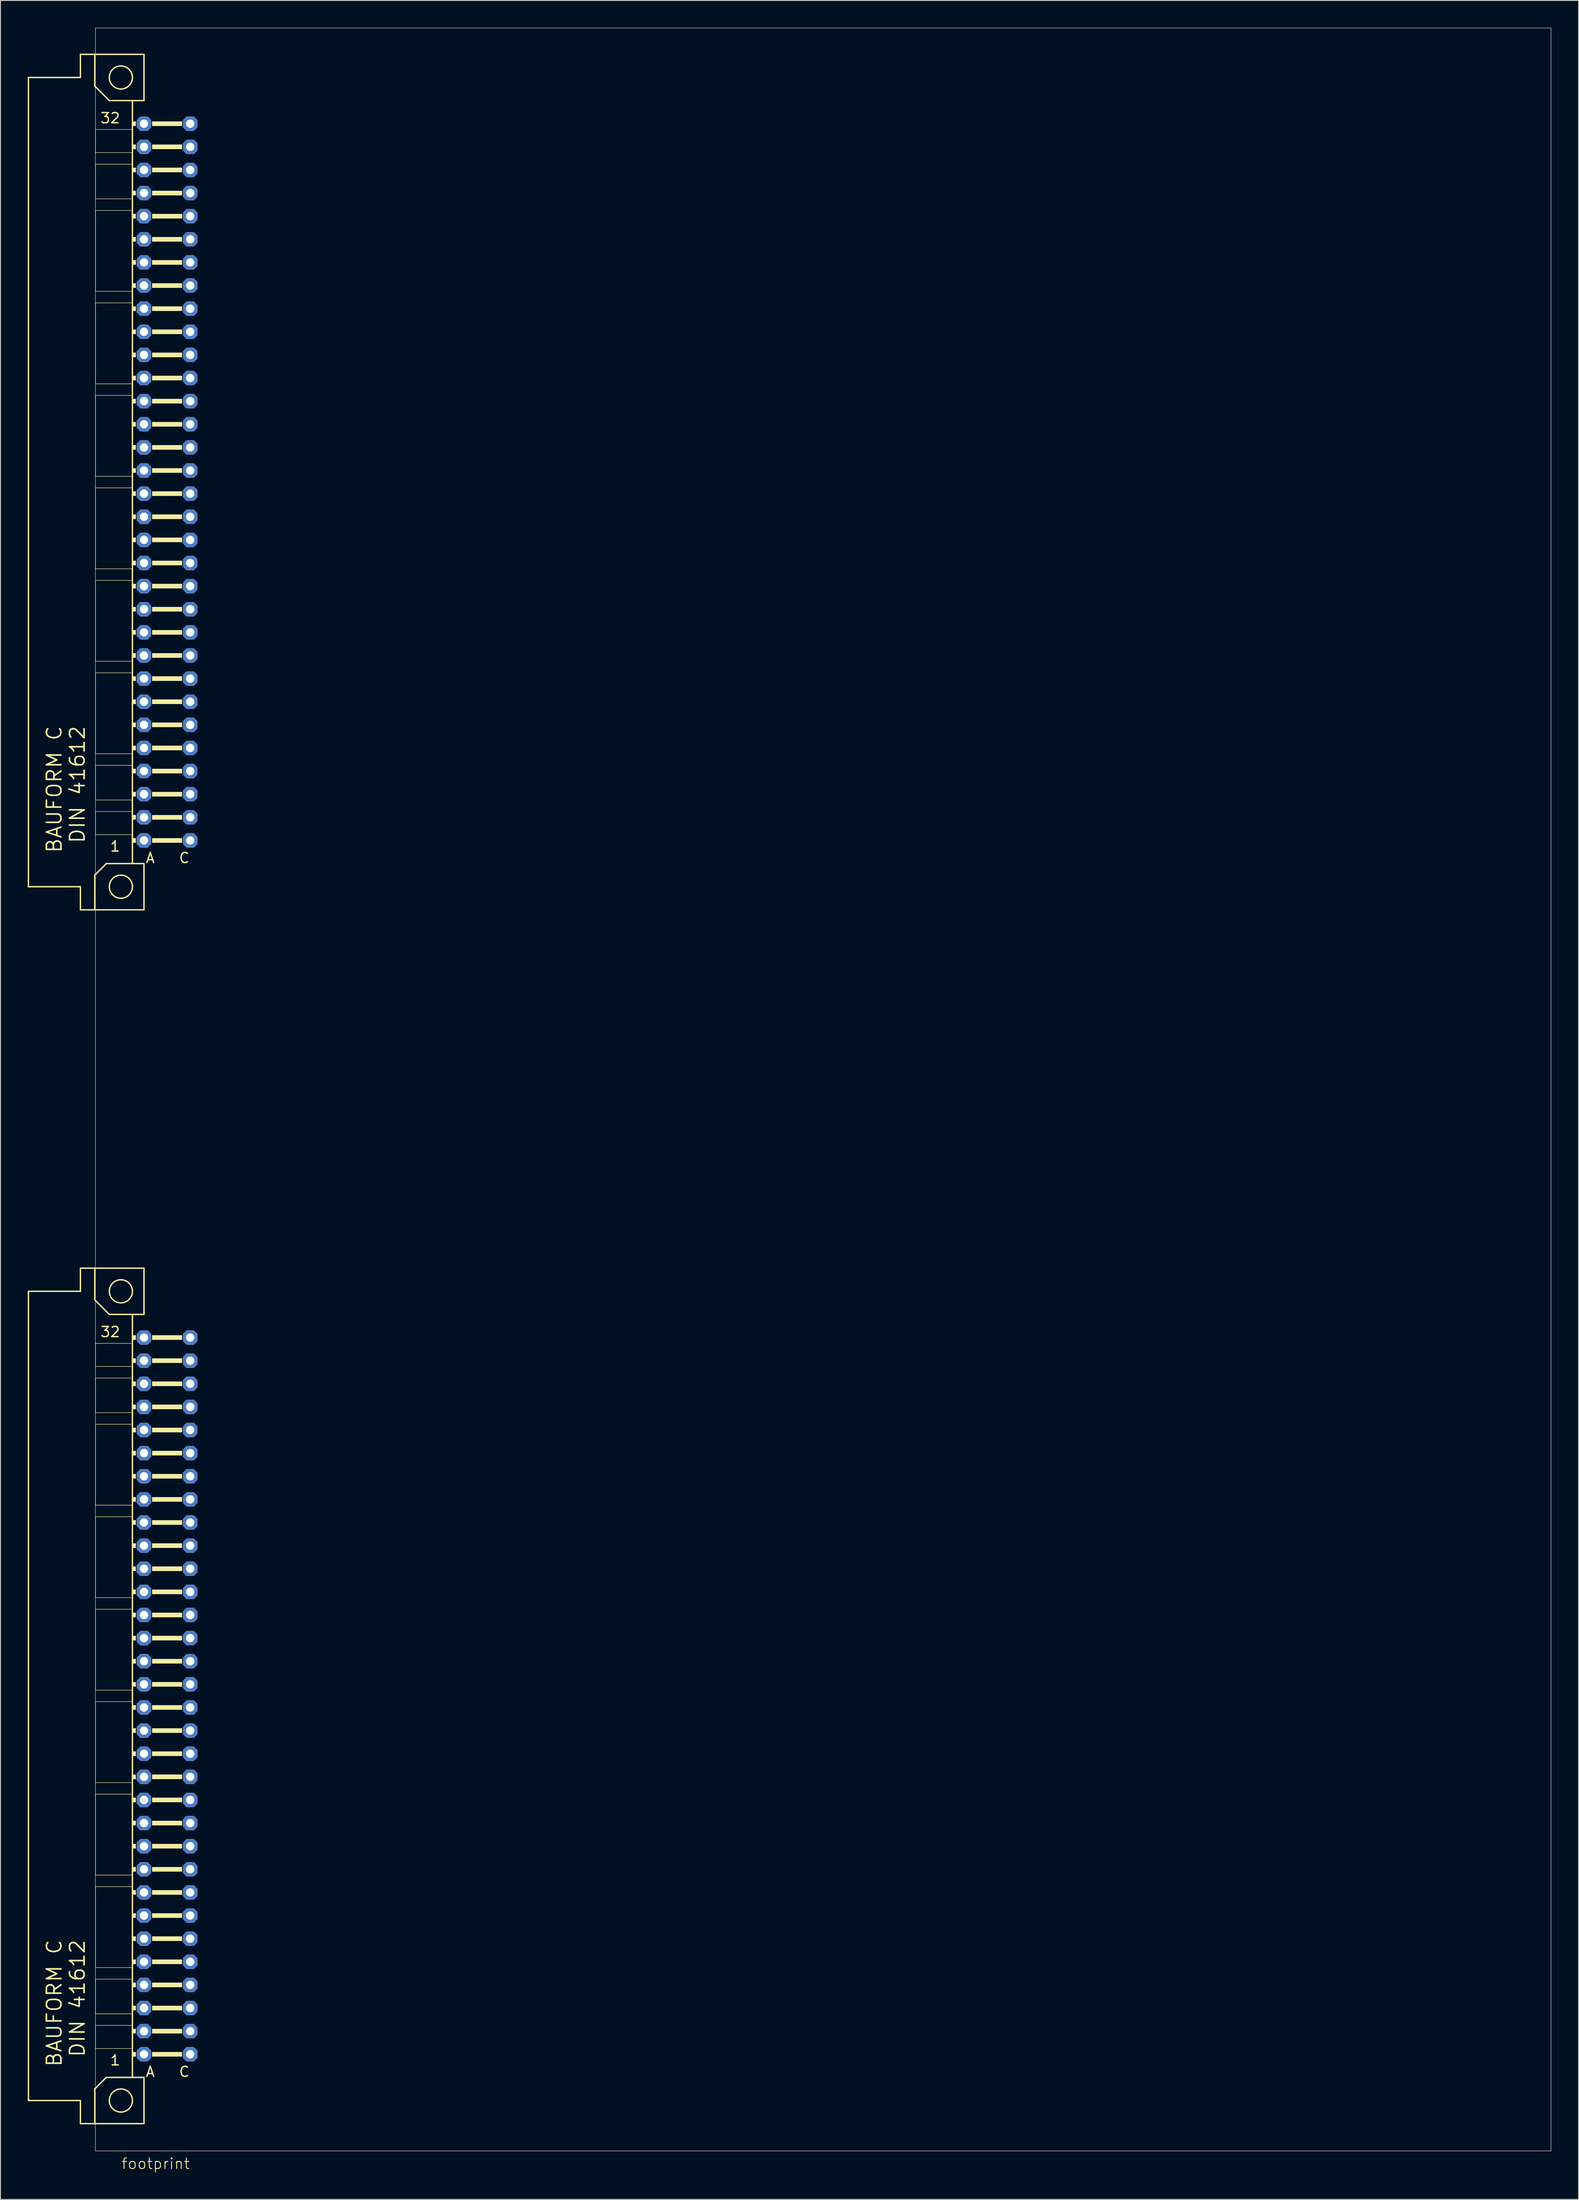
<source format=kicad_pcb>
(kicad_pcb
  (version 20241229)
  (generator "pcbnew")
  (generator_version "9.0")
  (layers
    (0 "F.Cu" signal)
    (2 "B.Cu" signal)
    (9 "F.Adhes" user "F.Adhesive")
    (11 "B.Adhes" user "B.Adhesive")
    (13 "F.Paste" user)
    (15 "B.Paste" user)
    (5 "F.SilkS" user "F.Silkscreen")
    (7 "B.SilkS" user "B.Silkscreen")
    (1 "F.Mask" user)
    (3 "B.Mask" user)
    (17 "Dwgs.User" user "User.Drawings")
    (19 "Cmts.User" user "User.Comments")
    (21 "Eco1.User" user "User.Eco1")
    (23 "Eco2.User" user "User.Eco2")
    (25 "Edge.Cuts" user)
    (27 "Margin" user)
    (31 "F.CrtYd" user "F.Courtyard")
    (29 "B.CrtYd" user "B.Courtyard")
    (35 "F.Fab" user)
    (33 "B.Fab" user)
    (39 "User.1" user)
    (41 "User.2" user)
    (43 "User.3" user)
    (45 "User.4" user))
  (footprint "footprint"
    (layer "F.Cu")
    (at 7.696 234.061)
    (property "Reference" "footprint" (at 2.54 1.27 0) (layer "F.SilkS") (effects (font (size 1.168 1.168) (thickness 0.102)) (justify left bottom)))
    (fp_line (start -7.62 -228.6) (end -7.62 -139.7) (stroke (width 0.152) (type solid)) (layer "F.SilkS"))
    (fp_line (start -7.62 -139.7) (end -1.905 -139.7) (stroke (width 0.152) (type solid)) (layer "F.SilkS"))
    (fp_line (start -7.62 -95.25) (end -7.62 -6.35) (stroke (width 0.152) (type solid)) (layer "F.SilkS"))
    (fp_line (start -7.62 -6.35) (end -1.905 -6.35) (stroke (width 0.152) (type solid)) (layer "F.SilkS"))
    (fp_line (start -1.905 -231.14) (end -1.905 -228.6) (stroke (width 0.152) (type solid)) (layer "F.SilkS"))
    (fp_line (start -1.905 -228.6) (end -7.62 -228.6) (stroke (width 0.152) (type solid)) (layer "F.SilkS"))
    (fp_line (start -1.905 -139.7) (end -1.905 -137.16) (stroke (width 0.152) (type solid)) (layer "F.SilkS"))
    (fp_line (start -1.905 -137.16) (end -0.33 -137.16) (stroke (width 0.152) (type solid)) (layer "F.SilkS"))
    (fp_line (start -1.905 -97.79) (end -1.905 -95.25) (stroke (width 0.152) (type solid)) (layer "F.SilkS"))
    (fp_line (start -1.905 -95.25) (end -7.62 -95.25) (stroke (width 0.152) (type solid)) (layer "F.SilkS"))
    (fp_line (start -1.905 -6.35) (end -1.905 -3.81) (stroke (width 0.152) (type solid)) (layer "F.SilkS"))
    (fp_line (start -1.905 -3.81) (end -0.33 -3.81) (stroke (width 0.152) (type solid)) (layer "F.SilkS"))
    (fp_line (start -0.33 -231.14) (end -1.905 -231.14) (stroke (width 0.152) (type solid)) (layer "F.SilkS"))
    (fp_line (start -0.33 -227.66) (end -0.33 -231.14) (stroke (width 0.152) (type solid)) (layer "F.SilkS"))
    (fp_line (start -0.33 -227.66) (end 1.27 -226.06) (stroke (width 0.152) (type solid)) (layer "F.SilkS"))
    (fp_line (start -0.33 -140.97) (end -0.33 -137.16) (stroke (width 0.152) (type solid)) (layer "F.SilkS"))
    (fp_line (start -0.33 -137.16) (end 5.08 -137.16) (stroke (width 0.152) (type solid)) (layer "F.SilkS"))
    (fp_line (start -0.33 -97.79) (end -1.905 -97.79) (stroke (width 0.152) (type solid)) (layer "F.SilkS"))
    (fp_line (start -0.33 -94.31) (end -0.33 -97.79) (stroke (width 0.152) (type solid)) (layer "F.SilkS"))
    (fp_line (start -0.33 -94.31) (end 1.27 -92.71) (stroke (width 0.152) (type solid)) (layer "F.SilkS"))
    (fp_line (start -0.33 -7.62) (end -0.33 -3.81) (stroke (width 0.152) (type solid)) (layer "F.SilkS"))
    (fp_line (start -0.33 -3.81) (end 5.08 -3.81) (stroke (width 0.152) (type solid)) (layer "F.SilkS"))
    (fp_line (start -0.254 -222.885) (end 3.81 -222.885) (stroke (width 0.051) (type solid)) (layer "F.SilkS"))
    (fp_line (start -0.254 -220.345) (end -0.254 -222.885) (stroke (width 0.051) (type solid)) (layer "F.SilkS"))
    (fp_line (start -0.254 -220.345) (end 3.81 -220.345) (stroke (width 0.051) (type solid)) (layer "F.SilkS"))
    (fp_line (start -0.254 -219.075) (end 3.81 -219.075) (stroke (width 0.051) (type solid)) (layer "F.SilkS"))
    (fp_line (start -0.254 -215.265) (end -0.254 -219.075) (stroke (width 0.051) (type solid)) (layer "F.SilkS"))
    (fp_line (start -0.254 -215.265) (end 3.81 -215.265) (stroke (width 0.051) (type solid)) (layer "F.SilkS"))
    (fp_line (start -0.254 -213.995) (end 3.81 -213.995) (stroke (width 0.051) (type solid)) (layer "F.SilkS"))
    (fp_line (start -0.254 -205.105) (end -0.254 -213.995) (stroke (width 0.051) (type solid)) (layer "F.SilkS"))
    (fp_line (start -0.254 -205.105) (end 3.81 -205.105) (stroke (width 0.051) (type solid)) (layer "F.SilkS"))
    (fp_line (start -0.254 -203.835) (end 3.81 -203.835) (stroke (width 0.051) (type solid)) (layer "F.SilkS"))
    (fp_line (start -0.254 -194.945) (end -0.254 -203.835) (stroke (width 0.051) (type solid)) (layer "F.SilkS"))
    (fp_line (start -0.254 -194.945) (end 3.81 -194.945) (stroke (width 0.051) (type solid)) (layer "F.SilkS"))
    (fp_line (start -0.254 -193.675) (end 3.81 -193.675) (stroke (width 0.051) (type solid)) (layer "F.SilkS"))
    (fp_line (start -0.254 -184.785) (end -0.254 -193.675) (stroke (width 0.051) (type solid)) (layer "F.SilkS"))
    (fp_line (start -0.254 -184.785) (end 3.81 -184.785) (stroke (width 0.051) (type solid)) (layer "F.SilkS"))
    (fp_line (start -0.254 -183.515) (end 3.81 -183.515) (stroke (width 0.051) (type solid)) (layer "F.SilkS"))
    (fp_line (start -0.254 -174.625) (end -0.254 -183.515) (stroke (width 0.051) (type solid)) (layer "F.SilkS"))
    (fp_line (start -0.254 -174.625) (end 3.81 -174.625) (stroke (width 0.051) (type solid)) (layer "F.SilkS"))
    (fp_line (start -0.254 -173.355) (end 3.81 -173.355) (stroke (width 0.051) (type solid)) (layer "F.SilkS"))
    (fp_line (start -0.254 -164.465) (end -0.254 -173.355) (stroke (width 0.051) (type solid)) (layer "F.SilkS"))
    (fp_line (start -0.254 -164.465) (end 3.81 -164.465) (stroke (width 0.051) (type solid)) (layer "F.SilkS"))
    (fp_line (start -0.254 -163.195) (end 3.81 -163.195) (stroke (width 0.051) (type solid)) (layer "F.SilkS"))
    (fp_line (start -0.254 -154.305) (end -0.254 -163.195) (stroke (width 0.051) (type solid)) (layer "F.SilkS"))
    (fp_line (start -0.254 -154.305) (end 3.81 -154.305) (stroke (width 0.051) (type solid)) (layer "F.SilkS"))
    (fp_line (start -0.254 -153.035) (end 3.81 -153.035) (stroke (width 0.051) (type solid)) (layer "F.SilkS"))
    (fp_line (start -0.254 -149.225) (end -0.254 -153.035) (stroke (width 0.051) (type solid)) (layer "F.SilkS"))
    (fp_line (start -0.254 -149.225) (end 3.81 -149.225) (stroke (width 0.051) (type solid)) (layer "F.SilkS"))
    (fp_line (start -0.254 -147.955) (end 3.81 -147.955) (stroke (width 0.051) (type solid)) (layer "F.SilkS"))
    (fp_line (start -0.254 -145.415) (end -0.254 -147.955) (stroke (width 0.051) (type solid)) (layer "F.SilkS"))
    (fp_line (start -0.254 -145.415) (end 3.81 -145.415) (stroke (width 0.051) (type solid)) (layer "F.SilkS"))
    (fp_line (start -0.254 -89.535) (end 3.81 -89.535) (stroke (width 0.051) (type solid)) (layer "F.SilkS"))
    (fp_line (start -0.254 -86.995) (end -0.254 -89.535) (stroke (width 0.051) (type solid)) (layer "F.SilkS"))
    (fp_line (start -0.254 -86.995) (end 3.81 -86.995) (stroke (width 0.051) (type solid)) (layer "F.SilkS"))
    (fp_line (start -0.254 -85.725) (end 3.81 -85.725) (stroke (width 0.051) (type solid)) (layer "F.SilkS"))
    (fp_line (start -0.254 -81.915) (end -0.254 -85.725) (stroke (width 0.051) (type solid)) (layer "F.SilkS"))
    (fp_line (start -0.254 -81.915) (end 3.81 -81.915) (stroke (width 0.051) (type solid)) (layer "F.SilkS"))
    (fp_line (start -0.254 -80.645) (end 3.81 -80.645) (stroke (width 0.051) (type solid)) (layer "F.SilkS"))
    (fp_line (start -0.254 -71.755) (end -0.254 -80.645) (stroke (width 0.051) (type solid)) (layer "F.SilkS"))
    (fp_line (start -0.254 -71.755) (end 3.81 -71.755) (stroke (width 0.051) (type solid)) (layer "F.SilkS"))
    (fp_line (start -0.254 -70.485) (end 3.81 -70.485) (stroke (width 0.051) (type solid)) (layer "F.SilkS"))
    (fp_line (start -0.254 -61.595) (end -0.254 -70.485) (stroke (width 0.051) (type solid)) (layer "F.SilkS"))
    (fp_line (start -0.254 -61.595) (end 3.81 -61.595) (stroke (width 0.051) (type solid)) (layer "F.SilkS"))
    (fp_line (start -0.254 -60.325) (end 3.81 -60.325) (stroke (width 0.051) (type solid)) (layer "F.SilkS"))
    (fp_line (start -0.254 -51.435) (end -0.254 -60.325) (stroke (width 0.051) (type solid)) (layer "F.SilkS"))
    (fp_line (start -0.254 -51.435) (end 3.81 -51.435) (stroke (width 0.051) (type solid)) (layer "F.SilkS"))
    (fp_line (start -0.254 -50.165) (end 3.81 -50.165) (stroke (width 0.051) (type solid)) (layer "F.SilkS"))
    (fp_line (start -0.254 -41.275) (end -0.254 -50.165) (stroke (width 0.051) (type solid)) (layer "F.SilkS"))
    (fp_line (start -0.254 -41.275) (end 3.81 -41.275) (stroke (width 0.051) (type solid)) (layer "F.SilkS"))
    (fp_line (start -0.254 -40.005) (end 3.81 -40.005) (stroke (width 0.051) (type solid)) (layer "F.SilkS"))
    (fp_line (start -0.254 -31.115) (end -0.254 -40.005) (stroke (width 0.051) (type solid)) (layer "F.SilkS"))
    (fp_line (start -0.254 -31.115) (end 3.81 -31.115) (stroke (width 0.051) (type solid)) (layer "F.SilkS"))
    (fp_line (start -0.254 -29.845) (end 3.81 -29.845) (stroke (width 0.051) (type solid)) (layer "F.SilkS"))
    (fp_line (start -0.254 -20.955) (end -0.254 -29.845) (stroke (width 0.051) (type solid)) (layer "F.SilkS"))
    (fp_line (start -0.254 -20.955) (end 3.81 -20.955) (stroke (width 0.051) (type solid)) (layer "F.SilkS"))
    (fp_line (start -0.254 -19.685) (end 3.81 -19.685) (stroke (width 0.051) (type solid)) (layer "F.SilkS"))
    (fp_line (start -0.254 -15.875) (end -0.254 -19.685) (stroke (width 0.051) (type solid)) (layer "F.SilkS"))
    (fp_line (start -0.254 -15.875) (end 3.81 -15.875) (stroke (width 0.051) (type solid)) (layer "F.SilkS"))
    (fp_line (start -0.254 -14.605) (end 3.81 -14.605) (stroke (width 0.051) (type solid)) (layer "F.SilkS"))
    (fp_line (start -0.254 -12.065) (end -0.254 -14.605) (stroke (width 0.051) (type solid)) (layer "F.SilkS"))
    (fp_line (start -0.254 -12.065) (end 3.81 -12.065) (stroke (width 0.051) (type solid)) (layer "F.SilkS"))
    (fp_line (start 0.94 -142.24) (end -0.33 -140.97) (stroke (width 0.152) (type solid)) (layer "F.SilkS"))
    (fp_line (start 0.94 -8.89) (end -0.33 -7.62) (stroke (width 0.152) (type solid)) (layer "F.SilkS"))
    (fp_line (start 3.81 -226.06) (end 1.27 -226.06) (stroke (width 0.152) (type solid)) (layer "F.SilkS"))
    (fp_line (start 3.81 -222.885) (end 3.81 -226.06) (stroke (width 0.152) (type solid)) (layer "F.SilkS"))
    (fp_line (start 3.81 -220.345) (end 3.81 -222.885) (stroke (width 0.152) (type solid)) (layer "F.SilkS"))
    (fp_line (start 3.81 -219.075) (end 3.81 -220.345) (stroke (width 0.152) (type solid)) (layer "F.SilkS"))
    (fp_line (start 3.81 -215.265) (end 3.81 -219.075) (stroke (width 0.152) (type solid)) (layer "F.SilkS"))
    (fp_line (start 3.81 -213.995) (end 3.81 -215.265) (stroke (width 0.152) (type solid)) (layer "F.SilkS"))
    (fp_line (start 3.81 -205.105) (end 3.81 -213.995) (stroke (width 0.152) (type solid)) (layer "F.SilkS"))
    (fp_line (start 3.81 -203.835) (end 3.81 -205.105) (stroke (width 0.152) (type solid)) (layer "F.SilkS"))
    (fp_line (start 3.81 -194.945) (end 3.81 -203.835) (stroke (width 0.152) (type solid)) (layer "F.SilkS"))
    (fp_line (start 3.81 -193.675) (end 3.81 -194.945) (stroke (width 0.152) (type solid)) (layer "F.SilkS"))
    (fp_line (start 3.81 -184.785) (end 3.81 -193.675) (stroke (width 0.152) (type solid)) (layer "F.SilkS"))
    (fp_line (start 3.81 -183.515) (end 3.81 -184.785) (stroke (width 0.152) (type solid)) (layer "F.SilkS"))
    (fp_line (start 3.81 -174.625) (end 3.81 -183.515) (stroke (width 0.152) (type solid)) (layer "F.SilkS"))
    (fp_line (start 3.81 -173.355) (end 3.81 -174.625) (stroke (width 0.152) (type solid)) (layer "F.SilkS"))
    (fp_line (start 3.81 -164.465) (end 3.81 -173.355) (stroke (width 0.152) (type solid)) (layer "F.SilkS"))
    (fp_line (start 3.81 -163.195) (end 3.81 -164.465) (stroke (width 0.152) (type solid)) (layer "F.SilkS"))
    (fp_line (start 3.81 -154.305) (end 3.81 -163.195) (stroke (width 0.152) (type solid)) (layer "F.SilkS"))
    (fp_line (start 3.81 -153.035) (end 3.81 -154.305) (stroke (width 0.152) (type solid)) (layer "F.SilkS"))
    (fp_line (start 3.81 -149.225) (end 3.81 -153.035) (stroke (width 0.152) (type solid)) (layer "F.SilkS"))
    (fp_line (start 3.81 -147.955) (end 3.81 -149.225) (stroke (width 0.152) (type solid)) (layer "F.SilkS"))
    (fp_line (start 3.81 -145.415) (end 3.81 -147.955) (stroke (width 0.152) (type solid)) (layer "F.SilkS"))
    (fp_line (start 3.81 -142.24) (end 0.94 -142.24) (stroke (width 0.152) (type solid)) (layer "F.SilkS"))
    (fp_line (start 3.81 -142.24) (end 3.81 -145.415) (stroke (width 0.152) (type solid)) (layer "F.SilkS"))
    (fp_line (start 3.81 -92.71) (end 1.27 -92.71) (stroke (width 0.152) (type solid)) (layer "F.SilkS"))
    (fp_line (start 3.81 -89.535) (end 3.81 -92.71) (stroke (width 0.152) (type solid)) (layer "F.SilkS"))
    (fp_line (start 3.81 -86.995) (end 3.81 -89.535) (stroke (width 0.152) (type solid)) (layer "F.SilkS"))
    (fp_line (start 3.81 -85.725) (end 3.81 -86.995) (stroke (width 0.152) (type solid)) (layer "F.SilkS"))
    (fp_line (start 3.81 -81.915) (end 3.81 -85.725) (stroke (width 0.152) (type solid)) (layer "F.SilkS"))
    (fp_line (start 3.81 -80.645) (end 3.81 -81.915) (stroke (width 0.152) (type solid)) (layer "F.SilkS"))
    (fp_line (start 3.81 -71.755) (end 3.81 -80.645) (stroke (width 0.152) (type solid)) (layer "F.SilkS"))
    (fp_line (start 3.81 -70.485) (end 3.81 -71.755) (stroke (width 0.152) (type solid)) (layer "F.SilkS"))
    (fp_line (start 3.81 -61.595) (end 3.81 -70.485) (stroke (width 0.152) (type solid)) (layer "F.SilkS"))
    (fp_line (start 3.81 -60.325) (end 3.81 -61.595) (stroke (width 0.152) (type solid)) (layer "F.SilkS"))
    (fp_line (start 3.81 -51.435) (end 3.81 -60.325) (stroke (width 0.152) (type solid)) (layer "F.SilkS"))
    (fp_line (start 3.81 -50.165) (end 3.81 -51.435) (stroke (width 0.152) (type solid)) (layer "F.SilkS"))
    (fp_line (start 3.81 -41.275) (end 3.81 -50.165) (stroke (width 0.152) (type solid)) (layer "F.SilkS"))
    (fp_line (start 3.81 -40.005) (end 3.81 -41.275) (stroke (width 0.152) (type solid)) (layer "F.SilkS"))
    (fp_line (start 3.81 -31.115) (end 3.81 -40.005) (stroke (width 0.152) (type solid)) (layer "F.SilkS"))
    (fp_line (start 3.81 -29.845) (end 3.81 -31.115) (stroke (width 0.152) (type solid)) (layer "F.SilkS"))
    (fp_line (start 3.81 -20.955) (end 3.81 -29.845) (stroke (width 0.152) (type solid)) (layer "F.SilkS"))
    (fp_line (start 3.81 -19.685) (end 3.81 -20.955) (stroke (width 0.152) (type solid)) (layer "F.SilkS"))
    (fp_line (start 3.81 -15.875) (end 3.81 -19.685) (stroke (width 0.152) (type solid)) (layer "F.SilkS"))
    (fp_line (start 3.81 -14.605) (end 3.81 -15.875) (stroke (width 0.152) (type solid)) (layer "F.SilkS"))
    (fp_line (start 3.81 -12.065) (end 3.81 -14.605) (stroke (width 0.152) (type solid)) (layer "F.SilkS"))
    (fp_line (start 3.81 -8.89) (end 0.94 -8.89) (stroke (width 0.152) (type solid)) (layer "F.SilkS"))
    (fp_line (start 3.81 -8.89) (end 3.81 -12.065) (stroke (width 0.152) (type solid)) (layer "F.SilkS"))
    (fp_line (start 5.08 -231.14) (end -0.33 -231.14) (stroke (width 0.152) (type solid)) (layer "F.SilkS"))
    (fp_line (start 5.08 -226.06) (end 3.81 -226.06) (stroke (width 0.152) (type solid)) (layer "F.SilkS"))
    (fp_line (start 5.08 -226.06) (end 5.08 -231.14) (stroke (width 0.152) (type solid)) (layer "F.SilkS"))
    (fp_line (start 5.08 -142.24) (end 3.81 -142.24) (stroke (width 0.152) (type solid)) (layer "F.SilkS"))
    (fp_line (start 5.08 -137.16) (end 5.08 -142.24) (stroke (width 0.152) (type solid)) (layer "F.SilkS"))
    (fp_line (start 5.08 -97.79) (end -0.33 -97.79) (stroke (width 0.152) (type solid)) (layer "F.SilkS"))
    (fp_line (start 5.08 -92.71) (end 3.81 -92.71) (stroke (width 0.152) (type solid)) (layer "F.SilkS"))
    (fp_line (start 5.08 -92.71) (end 5.08 -97.79) (stroke (width 0.152) (type solid)) (layer "F.SilkS"))
    (fp_line (start 5.08 -8.89) (end 3.81 -8.89) (stroke (width 0.152) (type solid)) (layer "F.SilkS"))
    (fp_line (start 5.08 -3.81) (end 5.08 -8.89) (stroke (width 0.152) (type solid)) (layer "F.SilkS"))
    (fp_circle (center 2.54 -228.6) (end 3.81 -228.6) (stroke (width 0.152) (type solid)) (fill no) (layer "F.SilkS"))
    (fp_circle (center 2.54 -139.7) (end 3.81 -139.7) (stroke (width 0.152) (type solid)) (fill no) (layer "F.SilkS"))
    (fp_circle (center 2.54 -95.25) (end 3.81 -95.25) (stroke (width 0.152) (type solid)) (fill no) (layer "F.SilkS"))
    (fp_circle (center 2.54 -6.35) (end 3.81 -6.35) (stroke (width 0.152) (type solid)) (fill no) (layer "F.SilkS"))
    (fp_poly (pts (xy 4.191 -223.774) (xy 3.81 -223.774) (xy 3.81 -223.266) (xy 4.191 -223.266)) (stroke (width 0) (type solid)) (fill yes) (layer "F.SilkS"))
    (fp_poly (pts (xy 4.191 -221.234) (xy 3.81 -221.234) (xy 3.81 -220.726) (xy 4.191 -220.726)) (stroke (width 0) (type solid)) (fill yes) (layer "F.SilkS"))
    (fp_poly (pts (xy 4.191 -218.694) (xy 3.81 -218.694) (xy 3.81 -218.186) (xy 4.191 -218.186)) (stroke (width 0) (type solid)) (fill yes) (layer "F.SilkS"))
    (fp_poly (pts (xy 4.191 -216.154) (xy 3.81 -216.154) (xy 3.81 -215.646) (xy 4.191 -215.646)) (stroke (width 0) (type solid)) (fill yes) (layer "F.SilkS"))
    (fp_poly (pts (xy 4.191 -213.614) (xy 3.81 -213.614) (xy 3.81 -213.106) (xy 4.191 -213.106)) (stroke (width 0) (type solid)) (fill yes) (layer "F.SilkS"))
    (fp_poly (pts (xy 4.191 -211.074) (xy 3.81 -211.074) (xy 3.81 -210.566) (xy 4.191 -210.566)) (stroke (width 0) (type solid)) (fill yes) (layer "F.SilkS"))
    (fp_poly (pts (xy 4.191 -208.534) (xy 3.81 -208.534) (xy 3.81 -208.026) (xy 4.191 -208.026)) (stroke (width 0) (type solid)) (fill yes) (layer "F.SilkS"))
    (fp_poly (pts (xy 4.191 -205.994) (xy 3.81 -205.994) (xy 3.81 -205.486) (xy 4.191 -205.486)) (stroke (width 0) (type solid)) (fill yes) (layer "F.SilkS"))
    (fp_poly (pts (xy 4.191 -203.454) (xy 3.81 -203.454) (xy 3.81 -202.946) (xy 4.191 -202.946)) (stroke (width 0) (type solid)) (fill yes) (layer "F.SilkS"))
    (fp_poly (pts (xy 4.191 -200.914) (xy 3.81 -200.914) (xy 3.81 -200.406) (xy 4.191 -200.406)) (stroke (width 0) (type solid)) (fill yes) (layer "F.SilkS"))
    (fp_poly (pts (xy 4.191 -198.374) (xy 3.81 -198.374) (xy 3.81 -197.866) (xy 4.191 -197.866)) (stroke (width 0) (type solid)) (fill yes) (layer "F.SilkS"))
    (fp_poly (pts (xy 4.191 -195.834) (xy 3.81 -195.834) (xy 3.81 -195.326) (xy 4.191 -195.326)) (stroke (width 0) (type solid)) (fill yes) (layer "F.SilkS"))
    (fp_poly (pts (xy 4.191 -193.294) (xy 3.81 -193.294) (xy 3.81 -192.786) (xy 4.191 -192.786)) (stroke (width 0) (type solid)) (fill yes) (layer "F.SilkS"))
    (fp_poly (pts (xy 4.191 -190.754) (xy 3.81 -190.754) (xy 3.81 -190.246) (xy 4.191 -190.246)) (stroke (width 0) (type solid)) (fill yes) (layer "F.SilkS"))
    (fp_poly (pts (xy 4.191 -188.214) (xy 3.81 -188.214) (xy 3.81 -187.706) (xy 4.191 -187.706)) (stroke (width 0) (type solid)) (fill yes) (layer "F.SilkS"))
    (fp_poly (pts (xy 4.191 -185.674) (xy 3.81 -185.674) (xy 3.81 -185.166) (xy 4.191 -185.166)) (stroke (width 0) (type solid)) (fill yes) (layer "F.SilkS"))
    (fp_poly (pts (xy 4.191 -183.134) (xy 3.81 -183.134) (xy 3.81 -182.626) (xy 4.191 -182.626)) (stroke (width 0) (type solid)) (fill yes) (layer "F.SilkS"))
    (fp_poly (pts (xy 4.191 -180.594) (xy 3.81 -180.594) (xy 3.81 -180.086) (xy 4.191 -180.086)) (stroke (width 0) (type solid)) (fill yes) (layer "F.SilkS"))
    (fp_poly (pts (xy 4.191 -178.054) (xy 3.81 -178.054) (xy 3.81 -177.546) (xy 4.191 -177.546)) (stroke (width 0) (type solid)) (fill yes) (layer "F.SilkS"))
    (fp_poly (pts (xy 4.191 -175.514) (xy 3.81 -175.514) (xy 3.81 -175.006) (xy 4.191 -175.006)) (stroke (width 0) (type solid)) (fill yes) (layer "F.SilkS"))
    (fp_poly (pts (xy 4.191 -172.974) (xy 3.81 -172.974) (xy 3.81 -172.466) (xy 4.191 -172.466)) (stroke (width 0) (type solid)) (fill yes) (layer "F.SilkS"))
    (fp_poly (pts (xy 4.191 -170.434) (xy 3.81 -170.434) (xy 3.81 -169.926) (xy 4.191 -169.926)) (stroke (width 0) (type solid)) (fill yes) (layer "F.SilkS"))
    (fp_poly (pts (xy 4.191 -167.894) (xy 3.81 -167.894) (xy 3.81 -167.386) (xy 4.191 -167.386)) (stroke (width 0) (type solid)) (fill yes) (layer "F.SilkS"))
    (fp_poly (pts (xy 4.191 -165.354) (xy 3.81 -165.354) (xy 3.81 -164.846) (xy 4.191 -164.846)) (stroke (width 0) (type solid)) (fill yes) (layer "F.SilkS"))
    (fp_poly (pts (xy 4.191 -162.814) (xy 3.81 -162.814) (xy 3.81 -162.306) (xy 4.191 -162.306)) (stroke (width 0) (type solid)) (fill yes) (layer "F.SilkS"))
    (fp_poly (pts (xy 4.191 -160.274) (xy 3.81 -160.274) (xy 3.81 -159.766) (xy 4.191 -159.766)) (stroke (width 0) (type solid)) (fill yes) (layer "F.SilkS"))
    (fp_poly (pts (xy 4.191 -157.734) (xy 3.81 -157.734) (xy 3.81 -157.226) (xy 4.191 -157.226)) (stroke (width 0) (type solid)) (fill yes) (layer "F.SilkS"))
    (fp_poly (pts (xy 4.191 -155.194) (xy 3.81 -155.194) (xy 3.81 -154.686) (xy 4.191 -154.686)) (stroke (width 0) (type solid)) (fill yes) (layer "F.SilkS"))
    (fp_poly (pts (xy 4.191 -152.654) (xy 3.81 -152.654) (xy 3.81 -152.146) (xy 4.191 -152.146)) (stroke (width 0) (type solid)) (fill yes) (layer "F.SilkS"))
    (fp_poly (pts (xy 4.191 -150.114) (xy 3.81 -150.114) (xy 3.81 -149.606) (xy 4.191 -149.606)) (stroke (width 0) (type solid)) (fill yes) (layer "F.SilkS"))
    (fp_poly (pts (xy 4.191 -147.574) (xy 3.81 -147.574) (xy 3.81 -147.066) (xy 4.191 -147.066)) (stroke (width 0) (type solid)) (fill yes) (layer "F.SilkS"))
    (fp_poly (pts (xy 4.191 -145.034) (xy 3.81 -145.034) (xy 3.81 -144.526) (xy 4.191 -144.526)) (stroke (width 0) (type solid)) (fill yes) (layer "F.SilkS"))
    (fp_poly (pts (xy 4.191 -90.424) (xy 3.81 -90.424) (xy 3.81 -89.916) (xy 4.191 -89.916)) (stroke (width 0) (type solid)) (fill yes) (layer "F.SilkS"))
    (fp_poly (pts (xy 4.191 -87.884) (xy 3.81 -87.884) (xy 3.81 -87.376) (xy 4.191 -87.376)) (stroke (width 0) (type solid)) (fill yes) (layer "F.SilkS"))
    (fp_poly (pts (xy 4.191 -85.344) (xy 3.81 -85.344) (xy 3.81 -84.836) (xy 4.191 -84.836)) (stroke (width 0) (type solid)) (fill yes) (layer "F.SilkS"))
    (fp_poly (pts (xy 4.191 -82.804) (xy 3.81 -82.804) (xy 3.81 -82.296) (xy 4.191 -82.296)) (stroke (width 0) (type solid)) (fill yes) (layer "F.SilkS"))
    (fp_poly (pts (xy 4.191 -80.264) (xy 3.81 -80.264) (xy 3.81 -79.756) (xy 4.191 -79.756)) (stroke (width 0) (type solid)) (fill yes) (layer "F.SilkS"))
    (fp_poly (pts (xy 4.191 -77.724) (xy 3.81 -77.724) (xy 3.81 -77.216) (xy 4.191 -77.216)) (stroke (width 0) (type solid)) (fill yes) (layer "F.SilkS"))
    (fp_poly (pts (xy 4.191 -75.184) (xy 3.81 -75.184) (xy 3.81 -74.676) (xy 4.191 -74.676)) (stroke (width 0) (type solid)) (fill yes) (layer "F.SilkS"))
    (fp_poly (pts (xy 4.191 -72.644) (xy 3.81 -72.644) (xy 3.81 -72.136) (xy 4.191 -72.136)) (stroke (width 0) (type solid)) (fill yes) (layer "F.SilkS"))
    (fp_poly (pts (xy 4.191 -70.104) (xy 3.81 -70.104) (xy 3.81 -69.596) (xy 4.191 -69.596)) (stroke (width 0) (type solid)) (fill yes) (layer "F.SilkS"))
    (fp_poly (pts (xy 4.191 -67.564) (xy 3.81 -67.564) (xy 3.81 -67.056) (xy 4.191 -67.056)) (stroke (width 0) (type solid)) (fill yes) (layer "F.SilkS"))
    (fp_poly (pts (xy 4.191 -65.024) (xy 3.81 -65.024) (xy 3.81 -64.516) (xy 4.191 -64.516)) (stroke (width 0) (type solid)) (fill yes) (layer "F.SilkS"))
    (fp_poly (pts (xy 4.191 -62.484) (xy 3.81 -62.484) (xy 3.81 -61.976) (xy 4.191 -61.976)) (stroke (width 0) (type solid)) (fill yes) (layer "F.SilkS"))
    (fp_poly (pts (xy 4.191 -59.944) (xy 3.81 -59.944) (xy 3.81 -59.436) (xy 4.191 -59.436)) (stroke (width 0) (type solid)) (fill yes) (layer "F.SilkS"))
    (fp_poly (pts (xy 4.191 -57.404) (xy 3.81 -57.404) (xy 3.81 -56.896) (xy 4.191 -56.896)) (stroke (width 0) (type solid)) (fill yes) (layer "F.SilkS"))
    (fp_poly (pts (xy 4.191 -54.864) (xy 3.81 -54.864) (xy 3.81 -54.356) (xy 4.191 -54.356)) (stroke (width 0) (type solid)) (fill yes) (layer "F.SilkS"))
    (fp_poly (pts (xy 4.191 -52.324) (xy 3.81 -52.324) (xy 3.81 -51.816) (xy 4.191 -51.816)) (stroke (width 0) (type solid)) (fill yes) (layer "F.SilkS"))
    (fp_poly (pts (xy 4.191 -49.784) (xy 3.81 -49.784) (xy 3.81 -49.276) (xy 4.191 -49.276)) (stroke (width 0) (type solid)) (fill yes) (layer "F.SilkS"))
    (fp_poly (pts (xy 4.191 -47.244) (xy 3.81 -47.244) (xy 3.81 -46.736) (xy 4.191 -46.736)) (stroke (width 0) (type solid)) (fill yes) (layer "F.SilkS"))
    (fp_poly (pts (xy 4.191 -44.704) (xy 3.81 -44.704) (xy 3.81 -44.196) (xy 4.191 -44.196)) (stroke (width 0) (type solid)) (fill yes) (layer "F.SilkS"))
    (fp_poly (pts (xy 4.191 -42.164) (xy 3.81 -42.164) (xy 3.81 -41.656) (xy 4.191 -41.656)) (stroke (width 0) (type solid)) (fill yes) (layer "F.SilkS"))
    (fp_poly (pts (xy 4.191 -39.624) (xy 3.81 -39.624) (xy 3.81 -39.116) (xy 4.191 -39.116)) (stroke (width 0) (type solid)) (fill yes) (layer "F.SilkS"))
    (fp_poly (pts (xy 4.191 -37.084) (xy 3.81 -37.084) (xy 3.81 -36.576) (xy 4.191 -36.576)) (stroke (width 0) (type solid)) (fill yes) (layer "F.SilkS"))
    (fp_poly (pts (xy 4.191 -34.544) (xy 3.81 -34.544) (xy 3.81 -34.036) (xy 4.191 -34.036)) (stroke (width 0) (type solid)) (fill yes) (layer "F.SilkS"))
    (fp_poly (pts (xy 4.191 -32.004) (xy 3.81 -32.004) (xy 3.81 -31.496) (xy 4.191 -31.496)) (stroke (width 0) (type solid)) (fill yes) (layer "F.SilkS"))
    (fp_poly (pts (xy 4.191 -29.464) (xy 3.81 -29.464) (xy 3.81 -28.956) (xy 4.191 -28.956)) (stroke (width 0) (type solid)) (fill yes) (layer "F.SilkS"))
    (fp_poly (pts (xy 4.191 -26.924) (xy 3.81 -26.924) (xy 3.81 -26.416) (xy 4.191 -26.416)) (stroke (width 0) (type solid)) (fill yes) (layer "F.SilkS"))
    (fp_poly (pts (xy 4.191 -24.384) (xy 3.81 -24.384) (xy 3.81 -23.876) (xy 4.191 -23.876)) (stroke (width 0) (type solid)) (fill yes) (layer "F.SilkS"))
    (fp_poly (pts (xy 4.191 -21.844) (xy 3.81 -21.844) (xy 3.81 -21.336) (xy 4.191 -21.336)) (stroke (width 0) (type solid)) (fill yes) (layer "F.SilkS"))
    (fp_poly (pts (xy 4.191 -19.304) (xy 3.81 -19.304) (xy 3.81 -18.796) (xy 4.191 -18.796)) (stroke (width 0) (type solid)) (fill yes) (layer "F.SilkS"))
    (fp_poly (pts (xy 4.191 -16.764) (xy 3.81 -16.764) (xy 3.81 -16.256) (xy 4.191 -16.256)) (stroke (width 0) (type solid)) (fill yes) (layer "F.SilkS"))
    (fp_poly (pts (xy 4.191 -14.224) (xy 3.81 -14.224) (xy 3.81 -13.716) (xy 4.191 -13.716)) (stroke (width 0) (type solid)) (fill yes) (layer "F.SilkS"))
    (fp_poly (pts (xy 4.191 -11.684) (xy 3.81 -11.684) (xy 3.81 -11.176) (xy 4.191 -11.176)) (stroke (width 0) (type solid)) (fill yes) (layer "F.SilkS"))
    (fp_poly (pts (xy 9.271 -223.774) (xy 5.969 -223.774) (xy 5.969 -223.266) (xy 9.271 -223.266)) (stroke (width 0) (type solid)) (fill yes) (layer "F.SilkS"))
    (fp_poly (pts (xy 9.271 -221.234) (xy 5.969 -221.234) (xy 5.969 -220.726) (xy 9.271 -220.726)) (stroke (width 0) (type solid)) (fill yes) (layer "F.SilkS"))
    (fp_poly (pts (xy 9.271 -218.694) (xy 5.969 -218.694) (xy 5.969 -218.186) (xy 9.271 -218.186)) (stroke (width 0) (type solid)) (fill yes) (layer "F.SilkS"))
    (fp_poly (pts (xy 9.271 -216.154) (xy 5.969 -216.154) (xy 5.969 -215.646) (xy 9.271 -215.646)) (stroke (width 0) (type solid)) (fill yes) (layer "F.SilkS"))
    (fp_poly (pts (xy 9.271 -213.614) (xy 5.969 -213.614) (xy 5.969 -213.106) (xy 9.271 -213.106)) (stroke (width 0) (type solid)) (fill yes) (layer "F.SilkS"))
    (fp_poly (pts (xy 9.271 -211.074) (xy 5.969 -211.074) (xy 5.969 -210.566) (xy 9.271 -210.566)) (stroke (width 0) (type solid)) (fill yes) (layer "F.SilkS"))
    (fp_poly (pts (xy 9.271 -208.534) (xy 5.969 -208.534) (xy 5.969 -208.026) (xy 9.271 -208.026)) (stroke (width 0) (type solid)) (fill yes) (layer "F.SilkS"))
    (fp_poly (pts (xy 9.271 -205.994) (xy 5.969 -205.994) (xy 5.969 -205.486) (xy 9.271 -205.486)) (stroke (width 0) (type solid)) (fill yes) (layer "F.SilkS"))
    (fp_poly (pts (xy 9.271 -203.454) (xy 5.969 -203.454) (xy 5.969 -202.946) (xy 9.271 -202.946)) (stroke (width 0) (type solid)) (fill yes) (layer "F.SilkS"))
    (fp_poly (pts (xy 9.271 -200.914) (xy 5.969 -200.914) (xy 5.969 -200.406) (xy 9.271 -200.406)) (stroke (width 0) (type solid)) (fill yes) (layer "F.SilkS"))
    (fp_poly (pts (xy 9.271 -198.374) (xy 5.969 -198.374) (xy 5.969 -197.866) (xy 9.271 -197.866)) (stroke (width 0) (type solid)) (fill yes) (layer "F.SilkS"))
    (fp_poly (pts (xy 9.271 -195.834) (xy 5.969 -195.834) (xy 5.969 -195.326) (xy 9.271 -195.326)) (stroke (width 0) (type solid)) (fill yes) (layer "F.SilkS"))
    (fp_poly (pts (xy 9.271 -193.294) (xy 5.969 -193.294) (xy 5.969 -192.786) (xy 9.271 -192.786)) (stroke (width 0) (type solid)) (fill yes) (layer "F.SilkS"))
    (fp_poly (pts (xy 9.271 -190.754) (xy 5.969 -190.754) (xy 5.969 -190.246) (xy 9.271 -190.246)) (stroke (width 0) (type solid)) (fill yes) (layer "F.SilkS"))
    (fp_poly (pts (xy 9.271 -188.214) (xy 5.969 -188.214) (xy 5.969 -187.706) (xy 9.271 -187.706)) (stroke (width 0) (type solid)) (fill yes) (layer "F.SilkS"))
    (fp_poly (pts (xy 9.271 -185.674) (xy 5.969 -185.674) (xy 5.969 -185.166) (xy 9.271 -185.166)) (stroke (width 0) (type solid)) (fill yes) (layer "F.SilkS"))
    (fp_poly (pts (xy 9.271 -183.134) (xy 5.969 -183.134) (xy 5.969 -182.626) (xy 9.271 -182.626)) (stroke (width 0) (type solid)) (fill yes) (layer "F.SilkS"))
    (fp_poly (pts (xy 9.271 -180.594) (xy 5.969 -180.594) (xy 5.969 -180.086) (xy 9.271 -180.086)) (stroke (width 0) (type solid)) (fill yes) (layer "F.SilkS"))
    (fp_poly (pts (xy 9.271 -178.054) (xy 5.969 -178.054) (xy 5.969 -177.546) (xy 9.271 -177.546)) (stroke (width 0) (type solid)) (fill yes) (layer "F.SilkS"))
    (fp_poly (pts (xy 9.271 -175.514) (xy 5.969 -175.514) (xy 5.969 -175.006) (xy 9.271 -175.006)) (stroke (width 0) (type solid)) (fill yes) (layer "F.SilkS"))
    (fp_poly (pts (xy 9.271 -172.974) (xy 5.969 -172.974) (xy 5.969 -172.466) (xy 9.271 -172.466)) (stroke (width 0) (type solid)) (fill yes) (layer "F.SilkS"))
    (fp_poly (pts (xy 9.271 -170.434) (xy 5.969 -170.434) (xy 5.969 -169.926) (xy 9.271 -169.926)) (stroke (width 0) (type solid)) (fill yes) (layer "F.SilkS"))
    (fp_poly (pts (xy 9.271 -167.894) (xy 5.969 -167.894) (xy 5.969 -167.386) (xy 9.271 -167.386)) (stroke (width 0) (type solid)) (fill yes) (layer "F.SilkS"))
    (fp_poly (pts (xy 9.271 -165.354) (xy 5.969 -165.354) (xy 5.969 -164.846) (xy 9.271 -164.846)) (stroke (width 0) (type solid)) (fill yes) (layer "F.SilkS"))
    (fp_poly (pts (xy 9.271 -162.814) (xy 5.969 -162.814) (xy 5.969 -162.306) (xy 9.271 -162.306)) (stroke (width 0) (type solid)) (fill yes) (layer "F.SilkS"))
    (fp_poly (pts (xy 9.271 -160.274) (xy 5.969 -160.274) (xy 5.969 -159.766) (xy 9.271 -159.766)) (stroke (width 0) (type solid)) (fill yes) (layer "F.SilkS"))
    (fp_poly (pts (xy 9.271 -157.734) (xy 5.969 -157.734) (xy 5.969 -157.226) (xy 9.271 -157.226)) (stroke (width 0) (type solid)) (fill yes) (layer "F.SilkS"))
    (fp_poly (pts (xy 9.271 -155.194) (xy 5.969 -155.194) (xy 5.969 -154.686) (xy 9.271 -154.686)) (stroke (width 0) (type solid)) (fill yes) (layer "F.SilkS"))
    (fp_poly (pts (xy 9.271 -152.654) (xy 5.969 -152.654) (xy 5.969 -152.146) (xy 9.271 -152.146)) (stroke (width 0) (type solid)) (fill yes) (layer "F.SilkS"))
    (fp_poly (pts (xy 9.271 -150.114) (xy 5.969 -150.114) (xy 5.969 -149.606) (xy 9.271 -149.606)) (stroke (width 0) (type solid)) (fill yes) (layer "F.SilkS"))
    (fp_poly (pts (xy 9.271 -147.574) (xy 5.969 -147.574) (xy 5.969 -147.066) (xy 9.271 -147.066)) (stroke (width 0) (type solid)) (fill yes) (layer "F.SilkS"))
    (fp_poly (pts (xy 9.271 -145.034) (xy 5.969 -145.034) (xy 5.969 -144.526) (xy 9.271 -144.526)) (stroke (width 0) (type solid)) (fill yes) (layer "F.SilkS"))
    (fp_poly (pts (xy 9.271 -90.424) (xy 5.969 -90.424) (xy 5.969 -89.916) (xy 9.271 -89.916)) (stroke (width 0) (type solid)) (fill yes) (layer "F.SilkS"))
    (fp_poly (pts (xy 9.271 -87.884) (xy 5.969 -87.884) (xy 5.969 -87.376) (xy 9.271 -87.376)) (stroke (width 0) (type solid)) (fill yes) (layer "F.SilkS"))
    (fp_poly (pts (xy 9.271 -85.344) (xy 5.969 -85.344) (xy 5.969 -84.836) (xy 9.271 -84.836)) (stroke (width 0) (type solid)) (fill yes) (layer "F.SilkS"))
    (fp_poly (pts (xy 9.271 -82.804) (xy 5.969 -82.804) (xy 5.969 -82.296) (xy 9.271 -82.296)) (stroke (width 0) (type solid)) (fill yes) (layer "F.SilkS"))
    (fp_poly (pts (xy 9.271 -80.264) (xy 5.969 -80.264) (xy 5.969 -79.756) (xy 9.271 -79.756)) (stroke (width 0) (type solid)) (fill yes) (layer "F.SilkS"))
    (fp_poly (pts (xy 9.271 -77.724) (xy 5.969 -77.724) (xy 5.969 -77.216) (xy 9.271 -77.216)) (stroke (width 0) (type solid)) (fill yes) (layer "F.SilkS"))
    (fp_poly (pts (xy 9.271 -75.184) (xy 5.969 -75.184) (xy 5.969 -74.676) (xy 9.271 -74.676)) (stroke (width 0) (type solid)) (fill yes) (layer "F.SilkS"))
    (fp_poly (pts (xy 9.271 -72.644) (xy 5.969 -72.644) (xy 5.969 -72.136) (xy 9.271 -72.136)) (stroke (width 0) (type solid)) (fill yes) (layer "F.SilkS"))
    (fp_poly (pts (xy 9.271 -70.104) (xy 5.969 -70.104) (xy 5.969 -69.596) (xy 9.271 -69.596)) (stroke (width 0) (type solid)) (fill yes) (layer "F.SilkS"))
    (fp_poly (pts (xy 9.271 -67.564) (xy 5.969 -67.564) (xy 5.969 -67.056) (xy 9.271 -67.056)) (stroke (width 0) (type solid)) (fill yes) (layer "F.SilkS"))
    (fp_poly (pts (xy 9.271 -65.024) (xy 5.969 -65.024) (xy 5.969 -64.516) (xy 9.271 -64.516)) (stroke (width 0) (type solid)) (fill yes) (layer "F.SilkS"))
    (fp_poly (pts (xy 9.271 -62.484) (xy 5.969 -62.484) (xy 5.969 -61.976) (xy 9.271 -61.976)) (stroke (width 0) (type solid)) (fill yes) (layer "F.SilkS"))
    (fp_poly (pts (xy 9.271 -59.944) (xy 5.969 -59.944) (xy 5.969 -59.436) (xy 9.271 -59.436)) (stroke (width 0) (type solid)) (fill yes) (layer "F.SilkS"))
    (fp_poly (pts (xy 9.271 -57.404) (xy 5.969 -57.404) (xy 5.969 -56.896) (xy 9.271 -56.896)) (stroke (width 0) (type solid)) (fill yes) (layer "F.SilkS"))
    (fp_poly (pts (xy 9.271 -54.864) (xy 5.969 -54.864) (xy 5.969 -54.356) (xy 9.271 -54.356)) (stroke (width 0) (type solid)) (fill yes) (layer "F.SilkS"))
    (fp_poly (pts (xy 9.271 -52.324) (xy 5.969 -52.324) (xy 5.969 -51.816) (xy 9.271 -51.816)) (stroke (width 0) (type solid)) (fill yes) (layer "F.SilkS"))
    (fp_poly (pts (xy 9.271 -49.784) (xy 5.969 -49.784) (xy 5.969 -49.276) (xy 9.271 -49.276)) (stroke (width 0) (type solid)) (fill yes) (layer "F.SilkS"))
    (fp_poly (pts (xy 9.271 -47.244) (xy 5.969 -47.244) (xy 5.969 -46.736) (xy 9.271 -46.736)) (stroke (width 0) (type solid)) (fill yes) (layer "F.SilkS"))
    (fp_poly (pts (xy 9.271 -44.704) (xy 5.969 -44.704) (xy 5.969 -44.196) (xy 9.271 -44.196)) (stroke (width 0) (type solid)) (fill yes) (layer "F.SilkS"))
    (fp_poly (pts (xy 9.271 -42.164) (xy 5.969 -42.164) (xy 5.969 -41.656) (xy 9.271 -41.656)) (stroke (width 0) (type solid)) (fill yes) (layer "F.SilkS"))
    (fp_poly (pts (xy 9.271 -39.624) (xy 5.969 -39.624) (xy 5.969 -39.116) (xy 9.271 -39.116)) (stroke (width 0) (type solid)) (fill yes) (layer "F.SilkS"))
    (fp_poly (pts (xy 9.271 -37.084) (xy 5.969 -37.084) (xy 5.969 -36.576) (xy 9.271 -36.576)) (stroke (width 0) (type solid)) (fill yes) (layer "F.SilkS"))
    (fp_poly (pts (xy 9.271 -34.544) (xy 5.969 -34.544) (xy 5.969 -34.036) (xy 9.271 -34.036)) (stroke (width 0) (type solid)) (fill yes) (layer "F.SilkS"))
    (fp_poly (pts (xy 9.271 -32.004) (xy 5.969 -32.004) (xy 5.969 -31.496) (xy 9.271 -31.496)) (stroke (width 0) (type solid)) (fill yes) (layer "F.SilkS"))
    (fp_poly (pts (xy 9.271 -29.464) (xy 5.969 -29.464) (xy 5.969 -28.956) (xy 9.271 -28.956)) (stroke (width 0) (type solid)) (fill yes) (layer "F.SilkS"))
    (fp_poly (pts (xy 9.271 -26.924) (xy 5.969 -26.924) (xy 5.969 -26.416) (xy 9.271 -26.416)) (stroke (width 0) (type solid)) (fill yes) (layer "F.SilkS"))
    (fp_poly (pts (xy 9.271 -24.384) (xy 5.969 -24.384) (xy 5.969 -23.876) (xy 9.271 -23.876)) (stroke (width 0) (type solid)) (fill yes) (layer "F.SilkS"))
    (fp_poly (pts (xy 9.271 -21.844) (xy 5.969 -21.844) (xy 5.969 -21.336) (xy 9.271 -21.336)) (stroke (width 0) (type solid)) (fill yes) (layer "F.SilkS"))
    (fp_poly (pts (xy 9.271 -19.304) (xy 5.969 -19.304) (xy 5.969 -18.796) (xy 9.271 -18.796)) (stroke (width 0) (type solid)) (fill yes) (layer "F.SilkS"))
    (fp_poly (pts (xy 9.271 -16.764) (xy 5.969 -16.764) (xy 5.969 -16.256) (xy 9.271 -16.256)) (stroke (width 0) (type solid)) (fill yes) (layer "F.SilkS"))
    (fp_poly (pts (xy 9.271 -14.224) (xy 5.969 -14.224) (xy 5.969 -13.716) (xy 9.271 -13.716)) (stroke (width 0) (type solid)) (fill yes) (layer "F.SilkS"))
    (fp_poly (pts (xy 9.271 -11.684) (xy 5.969 -11.684) (xy 5.969 -11.176) (xy 9.271 -11.176)) (stroke (width 0) (type solid)) (fill yes) (layer "F.SilkS"))
    (fp_line (start -0.26 -234.036) (end -0.26 -0.813) (stroke (width 0.05) (type solid)) (layer "Edge.Cuts"))
    (fp_line (start -0.26 -0.813) (end 159.74 -0.813) (stroke (width 0.05) (type solid)) (layer "Edge.Cuts"))
    (fp_line (start 159.74 -234.036) (end -0.26 -234.036) (stroke (width 0.05) (type solid)) (layer "Edge.Cuts"))
    (fp_line (start 159.74 -234.036) (end 159.74 -0.813) (stroke (width 0.05) (type solid)) (layer "Edge.Cuts"))
    (fp_text user "DIN 41612" (at -3.175 -157.48 90) (layer "F.SilkS") (effects (font (size 1.6 1.6) (thickness 0.178)) (justify right top)))
    (fp_text user "1" (at 2.54 -11.43 0) (layer "F.SilkS") (effects (font (size 1.118 1.118) (thickness 0.152)) (justify right top)))
    (fp_text user "1" (at 2.54 -144.78 0) (layer "F.SilkS") (effects (font (size 1.118 1.118) (thickness 0.152)) (justify right top)))
    (fp_text user "32" (at 2.54 -91.44 0) (layer "F.SilkS") (effects (font (size 1.118 1.118) (thickness 0.152)) (justify right top)))
    (fp_text user "BAUFORM C" (at -5.715 -157.48 90) (layer "F.SilkS") (effects (font (size 1.6 1.6) (thickness 0.178)) (justify right top)))
    (fp_text user "A" (at 6.35 -10.16 0) (layer "F.SilkS") (effects (font (size 1.118 1.118) (thickness 0.152)) (justify right top)))
    (fp_text user "C" (at 10.16 -10.16 0) (layer "F.SilkS") (effects (font (size 1.118 1.118) (thickness 0.152)) (justify right top)))
    (fp_text user "BAUFORM C" (at -5.715 -24.13 90) (layer "F.SilkS") (effects (font (size 1.6 1.6) (thickness 0.178)) (justify right top)))
    (fp_text user "DIN 41612" (at -3.175 -24.13 90) (layer "F.SilkS") (effects (font (size 1.6 1.6) (thickness 0.178)) (justify right top)))
    (fp_text user "A" (at 6.35 -143.51 0) (layer "F.SilkS") (effects (font (size 1.118 1.118) (thickness 0.152)) (justify right top)))
    (fp_text user "C" (at 10.16 -143.51 0) (layer "F.SilkS") (effects (font (size 1.118 1.118) (thickness 0.152)) (justify right top)))
    (fp_text user "32" (at 2.54 -224.79 0) (layer "F.SilkS") (effects (font (size 1.118 1.118) (thickness 0.152)) (justify right top)))
    (pad "1-A1" thru_hole roundrect (at 5.08 -11.43 180) (size 1.6 1.6) (drill 0.914) (layers "*.Cu" "*.Mask") (roundrect_rratio 0.25) (chamfer_ratio 0.25) (chamfer top_left top_right bottom_left bottom_right))
    (pad "1-A2" thru_hole roundrect (at 5.08 -16.51 180) (size 1.6 1.6) (drill 0.914) (layers "*.Cu" "*.Mask") (roundrect_rratio 0.25) (chamfer_ratio 0.25) (chamfer top_left top_right bottom_left bottom_right))
    (pad "1-A3" thru_hole roundrect (at 5.08 -13.97 180) (size 1.6 1.6) (drill 0.914) (layers "*.Cu" "*.Mask") (roundrect_rratio 0.25) (chamfer_ratio 0.25) (chamfer top_left top_right bottom_left bottom_right))
    (pad "1-A4" thru_hole roundrect (at 5.08 -19.05 180) (size 1.6 1.6) (drill 0.914) (layers "*.Cu" "*.Mask") (roundrect_rratio 0.25) (chamfer_ratio 0.25) (chamfer top_left top_right bottom_left bottom_right))
    (pad "1-A5" thru_hole roundrect (at 5.08 -21.59 180) (size 1.6 1.6) (drill 0.914) (layers "*.Cu" "*.Mask") (roundrect_rratio 0.25) (chamfer_ratio 0.25) (chamfer top_left top_right bottom_left bottom_right))
    (pad "1-A6" thru_hole roundrect (at 5.08 -24.13 180) (size 1.6 1.6) (drill 0.914) (layers "*.Cu" "*.Mask") (roundrect_rratio 0.25) (chamfer_ratio 0.25) (chamfer top_left top_right bottom_left bottom_right))
    (pad "1-A7" thru_hole roundrect (at 5.08 -26.67 180) (size 1.6 1.6) (drill 0.914) (layers "*.Cu" "*.Mask") (roundrect_rratio 0.25) (chamfer_ratio 0.25) (chamfer top_left top_right bottom_left bottom_right))
    (pad "1-A8" thru_hole roundrect (at 5.08 -29.21 180) (size 1.6 1.6) (drill 0.914) (layers "*.Cu" "*.Mask") (roundrect_rratio 0.25) (chamfer_ratio 0.25) (chamfer top_left top_right bottom_left bottom_right))
    (pad "1-A9" thru_hole roundrect (at 5.08 -31.75 180) (size 1.6 1.6) (drill 0.914) (layers "*.Cu" "*.Mask") (roundrect_rratio 0.25) (chamfer_ratio 0.25) (chamfer top_left top_right bottom_left bottom_right))
    (pad "1-A10" thru_hole roundrect (at 5.08 -34.29 180) (size 1.6 1.6) (drill 0.914) (layers "*.Cu" "*.Mask") (roundrect_rratio 0.25) (chamfer_ratio 0.25) (chamfer top_left top_right bottom_left bottom_right))
    (pad "1-A11" thru_hole roundrect (at 5.08 -36.83 180) (size 1.6 1.6) (drill 0.914) (layers "*.Cu" "*.Mask") (roundrect_rratio 0.25) (chamfer_ratio 0.25) (chamfer top_left top_right bottom_left bottom_right))
    (pad "1-A12" thru_hole roundrect (at 5.08 -39.37 180) (size 1.6 1.6) (drill 0.914) (layers "*.Cu" "*.Mask") (roundrect_rratio 0.25) (chamfer_ratio 0.25) (chamfer top_left top_right bottom_left bottom_right))
    (pad "1-A13" thru_hole roundrect (at 5.08 -41.91 180) (size 1.6 1.6) (drill 0.914) (layers "*.Cu" "*.Mask") (roundrect_rratio 0.25) (chamfer_ratio 0.25) (chamfer top_left top_right bottom_left bottom_right))
    (pad "1-A14" thru_hole roundrect (at 5.08 -44.45 180) (size 1.6 1.6) (drill 0.914) (layers "*.Cu" "*.Mask") (roundrect_rratio 0.25) (chamfer_ratio 0.25) (chamfer top_left top_right bottom_left bottom_right))
    (pad "1-A15" thru_hole roundrect (at 5.08 -46.99 180) (size 1.6 1.6) (drill 0.914) (layers "*.Cu" "*.Mask") (roundrect_rratio 0.25) (chamfer_ratio 0.25) (chamfer top_left top_right bottom_left bottom_right))
    (pad "1-A16" thru_hole roundrect (at 5.08 -49.53 180) (size 1.6 1.6) (drill 0.914) (layers "*.Cu" "*.Mask") (roundrect_rratio 0.25) (chamfer_ratio 0.25) (chamfer top_left top_right bottom_left bottom_right))
    (pad "1-A17" thru_hole roundrect (at 5.08 -52.07 180) (size 1.6 1.6) (drill 0.914) (layers "*.Cu" "*.Mask") (roundrect_rratio 0.25) (chamfer_ratio 0.25) (chamfer top_left top_right bottom_left bottom_right))
    (pad "1-A18" thru_hole roundrect (at 5.08 -54.61 180) (size 1.6 1.6) (drill 0.914) (layers "*.Cu" "*.Mask") (roundrect_rratio 0.25) (chamfer_ratio 0.25) (chamfer top_left top_right bottom_left bottom_right))
    (pad "1-A19" thru_hole roundrect (at 5.08 -57.15 180) (size 1.6 1.6) (drill 0.914) (layers "*.Cu" "*.Mask") (roundrect_rratio 0.25) (chamfer_ratio 0.25) (chamfer top_left top_right bottom_left bottom_right))
    (pad "1-A20" thru_hole roundrect (at 5.08 -59.69 180) (size 1.6 1.6) (drill 0.914) (layers "*.Cu" "*.Mask") (roundrect_rratio 0.25) (chamfer_ratio 0.25) (chamfer top_left top_right bottom_left bottom_right))
    (pad "1-A21" thru_hole roundrect (at 5.08 -62.23 180) (size 1.6 1.6) (drill 0.914) (layers "*.Cu" "*.Mask") (roundrect_rratio 0.25) (chamfer_ratio 0.25) (chamfer top_left top_right bottom_left bottom_right))
    (pad "1-A22" thru_hole roundrect (at 5.08 -64.77 180) (size 1.6 1.6) (drill 0.914) (layers "*.Cu" "*.Mask") (roundrect_rratio 0.25) (chamfer_ratio 0.25) (chamfer top_left top_right bottom_left bottom_right))
    (pad "1-A23" thru_hole roundrect (at 5.08 -67.31 180) (size 1.6 1.6) (drill 0.914) (layers "*.Cu" "*.Mask") (roundrect_rratio 0.25) (chamfer_ratio 0.25) (chamfer top_left top_right bottom_left bottom_right))
    (pad "1-A24" thru_hole roundrect (at 5.08 -69.85 180) (size 1.6 1.6) (drill 0.914) (layers "*.Cu" "*.Mask") (roundrect_rratio 0.25) (chamfer_ratio 0.25) (chamfer top_left top_right bottom_left bottom_right))
    (pad "1-A25" thru_hole roundrect (at 5.08 -72.39 180) (size 1.6 1.6) (drill 0.914) (layers "*.Cu" "*.Mask") (roundrect_rratio 0.25) (chamfer_ratio 0.25) (chamfer top_left top_right bottom_left bottom_right))
    (pad "1-A26" thru_hole roundrect (at 5.08 -74.93 180) (size 1.6 1.6) (drill 0.914) (layers "*.Cu" "*.Mask") (roundrect_rratio 0.25) (chamfer_ratio 0.25) (chamfer top_left top_right bottom_left bottom_right))
    (pad "1-A27" thru_hole roundrect (at 5.08 -77.47 180) (size 1.6 1.6) (drill 0.914) (layers "*.Cu" "*.Mask") (roundrect_rratio 0.25) (chamfer_ratio 0.25) (chamfer top_left top_right bottom_left bottom_right))
    (pad "1-A28" thru_hole roundrect (at 5.08 -80.01 180) (size 1.6 1.6) (drill 0.914) (layers "*.Cu" "*.Mask") (roundrect_rratio 0.25) (chamfer_ratio 0.25) (chamfer top_left top_right bottom_left bottom_right))
    (pad "1-A29" thru_hole roundrect (at 5.08 -82.55 180) (size 1.6 1.6) (drill 0.914) (layers "*.Cu" "*.Mask") (roundrect_rratio 0.25) (chamfer_ratio 0.25) (chamfer top_left top_right bottom_left bottom_right))
    (pad "1-A30" thru_hole roundrect (at 5.08 -85.09 180) (size 1.6 1.6) (drill 0.914) (layers "*.Cu" "*.Mask") (roundrect_rratio 0.25) (chamfer_ratio 0.25) (chamfer top_left top_right bottom_left bottom_right))
    (pad "1-A31" thru_hole roundrect (at 5.08 -87.63 180) (size 1.6 1.6) (drill 0.914) (layers "*.Cu" "*.Mask") (roundrect_rratio 0.25) (chamfer_ratio 0.25) (chamfer top_left top_right bottom_left bottom_right))
    (pad "1-A32" thru_hole roundrect (at 5.08 -90.17 180) (size 1.6 1.6) (drill 0.914) (layers "*.Cu" "*.Mask") (roundrect_rratio 0.25) (chamfer_ratio 0.25) (chamfer top_left top_right bottom_left bottom_right))
    (pad "1-C1" thru_hole roundrect (at 10.16 -11.43 180) (size 1.6 1.6) (drill 0.914) (layers "*.Cu" "*.Mask") (roundrect_rratio 0.25) (chamfer_ratio 0.25) (chamfer top_left top_right bottom_left bottom_right))
    (pad "1-C2" thru_hole roundrect (at 10.16 -13.97 180) (size 1.6 1.6) (drill 0.914) (layers "*.Cu" "*.Mask") (roundrect_rratio 0.25) (chamfer_ratio 0.25) (chamfer top_left top_right bottom_left bottom_right))
    (pad "1-C3" thru_hole roundrect (at 10.16 -16.51 180) (size 1.6 1.6) (drill 0.914) (layers "*.Cu" "*.Mask") (roundrect_rratio 0.25) (chamfer_ratio 0.25) (chamfer top_left top_right bottom_left bottom_right))
    (pad "1-C4" thru_hole roundrect (at 10.16 -19.05 180) (size 1.6 1.6) (drill 0.914) (layers "*.Cu" "*.Mask") (roundrect_rratio 0.25) (chamfer_ratio 0.25) (chamfer top_left top_right bottom_left bottom_right))
    (pad "1-C5" thru_hole roundrect (at 10.16 -21.59 180) (size 1.6 1.6) (drill 0.914) (layers "*.Cu" "*.Mask") (roundrect_rratio 0.25) (chamfer_ratio 0.25) (chamfer top_left top_right bottom_left bottom_right))
    (pad "1-C6" thru_hole roundrect (at 10.16 -24.13 180) (size 1.6 1.6) (drill 0.914) (layers "*.Cu" "*.Mask") (roundrect_rratio 0.25) (chamfer_ratio 0.25) (chamfer top_left top_right bottom_left bottom_right))
    (pad "1-C7" thru_hole roundrect (at 10.16 -26.67 180) (size 1.6 1.6) (drill 0.914) (layers "*.Cu" "*.Mask") (roundrect_rratio 0.25) (chamfer_ratio 0.25) (chamfer top_left top_right bottom_left bottom_right))
    (pad "1-C8" thru_hole roundrect (at 10.16 -29.21 180) (size 1.6 1.6) (drill 0.914) (layers "*.Cu" "*.Mask") (roundrect_rratio 0.25) (chamfer_ratio 0.25) (chamfer top_left top_right bottom_left bottom_right))
    (pad "1-C9" thru_hole roundrect (at 10.16 -31.75 180) (size 1.6 1.6) (drill 0.914) (layers "*.Cu" "*.Mask") (roundrect_rratio 0.25) (chamfer_ratio 0.25) (chamfer top_left top_right bottom_left bottom_right))
    (pad "1-C10" thru_hole roundrect (at 10.16 -34.29 180) (size 1.6 1.6) (drill 0.914) (layers "*.Cu" "*.Mask") (roundrect_rratio 0.25) (chamfer_ratio 0.25) (chamfer top_left top_right bottom_left bottom_right))
    (pad "1-C11" thru_hole roundrect (at 10.16 -36.83 180) (size 1.6 1.6) (drill 0.914) (layers "*.Cu" "*.Mask") (roundrect_rratio 0.25) (chamfer_ratio 0.25) (chamfer top_left top_right bottom_left bottom_right))
    (pad "1-C12" thru_hole roundrect (at 10.16 -39.37 180) (size 1.6 1.6) (drill 0.914) (layers "*.Cu" "*.Mask") (roundrect_rratio 0.25) (chamfer_ratio 0.25) (chamfer top_left top_right bottom_left bottom_right))
    (pad "1-C13" thru_hole roundrect (at 10.16 -41.91 180) (size 1.6 1.6) (drill 0.914) (layers "*.Cu" "*.Mask") (roundrect_rratio 0.25) (chamfer_ratio 0.25) (chamfer top_left top_right bottom_left bottom_right))
    (pad "1-C14" thru_hole roundrect (at 10.16 -44.45 180) (size 1.6 1.6) (drill 0.914) (layers "*.Cu" "*.Mask") (roundrect_rratio 0.25) (chamfer_ratio 0.25) (chamfer top_left top_right bottom_left bottom_right))
    (pad "1-C15" thru_hole roundrect (at 10.16 -46.99 180) (size 1.6 1.6) (drill 0.914) (layers "*.Cu" "*.Mask") (roundrect_rratio 0.25) (chamfer_ratio 0.25) (chamfer top_left top_right bottom_left bottom_right))
    (pad "1-C16" thru_hole roundrect (at 10.16 -49.53 180) (size 1.6 1.6) (drill 0.914) (layers "*.Cu" "*.Mask") (roundrect_rratio 0.25) (chamfer_ratio 0.25) (chamfer top_left top_right bottom_left bottom_right))
    (pad "1-C17" thru_hole roundrect (at 10.16 -52.07 180) (size 1.6 1.6) (drill 0.914) (layers "*.Cu" "*.Mask") (roundrect_rratio 0.25) (chamfer_ratio 0.25) (chamfer top_left top_right bottom_left bottom_right))
    (pad "1-C18" thru_hole roundrect (at 10.16 -54.61 180) (size 1.6 1.6) (drill 0.914) (layers "*.Cu" "*.Mask") (roundrect_rratio 0.25) (chamfer_ratio 0.25) (chamfer top_left top_right bottom_left bottom_right))
    (pad "1-C19" thru_hole roundrect (at 10.16 -57.15 180) (size 1.6 1.6) (drill 0.914) (layers "*.Cu" "*.Mask") (roundrect_rratio 0.25) (chamfer_ratio 0.25) (chamfer top_left top_right bottom_left bottom_right))
    (pad "1-C20" thru_hole roundrect (at 10.16 -59.69 180) (size 1.6 1.6) (drill 0.914) (layers "*.Cu" "*.Mask") (roundrect_rratio 0.25) (chamfer_ratio 0.25) (chamfer top_left top_right bottom_left bottom_right))
    (pad "1-C21" thru_hole roundrect (at 10.16 -62.23 180) (size 1.6 1.6) (drill 0.914) (layers "*.Cu" "*.Mask") (roundrect_rratio 0.25) (chamfer_ratio 0.25) (chamfer top_left top_right bottom_left bottom_right))
    (pad "1-C22" thru_hole roundrect (at 10.16 -64.77 180) (size 1.6 1.6) (drill 0.914) (layers "*.Cu" "*.Mask") (roundrect_rratio 0.25) (chamfer_ratio 0.25) (chamfer top_left top_right bottom_left bottom_right))
    (pad "1-C23" thru_hole roundrect (at 10.16 -67.31 180) (size 1.6 1.6) (drill 0.914) (layers "*.Cu" "*.Mask") (roundrect_rratio 0.25) (chamfer_ratio 0.25) (chamfer top_left top_right bottom_left bottom_right))
    (pad "1-C24" thru_hole roundrect (at 10.16 -69.85 180) (size 1.6 1.6) (drill 0.914) (layers "*.Cu" "*.Mask") (roundrect_rratio 0.25) (chamfer_ratio 0.25) (chamfer top_left top_right bottom_left bottom_right))
    (pad "1-C25" thru_hole roundrect (at 10.16 -72.39 180) (size 1.6 1.6) (drill 0.914) (layers "*.Cu" "*.Mask") (roundrect_rratio 0.25) (chamfer_ratio 0.25) (chamfer top_left top_right bottom_left bottom_right))
    (pad "1-C26" thru_hole roundrect (at 10.16 -74.93 180) (size 1.6 1.6) (drill 0.914) (layers "*.Cu" "*.Mask") (roundrect_rratio 0.25) (chamfer_ratio 0.25) (chamfer top_left top_right bottom_left bottom_right))
    (pad "1-C27" thru_hole roundrect (at 10.16 -77.47 180) (size 1.6 1.6) (drill 0.914) (layers "*.Cu" "*.Mask") (roundrect_rratio 0.25) (chamfer_ratio 0.25) (chamfer top_left top_right bottom_left bottom_right))
    (pad "1-C28" thru_hole roundrect (at 10.16 -80.01 180) (size 1.6 1.6) (drill 0.914) (layers "*.Cu" "*.Mask") (roundrect_rratio 0.25) (chamfer_ratio 0.25) (chamfer top_left top_right bottom_left bottom_right))
    (pad "1-C29" thru_hole roundrect (at 10.16 -82.55 180) (size 1.6 1.6) (drill 0.914) (layers "*.Cu" "*.Mask") (roundrect_rratio 0.25) (chamfer_ratio 0.25) (chamfer top_left top_right bottom_left bottom_right))
    (pad "1-C30" thru_hole roundrect (at 10.16 -85.09 180) (size 1.6 1.6) (drill 0.914) (layers "*.Cu" "*.Mask") (roundrect_rratio 0.25) (chamfer_ratio 0.25) (chamfer top_left top_right bottom_left bottom_right))
    (pad "1-C31" thru_hole roundrect (at 10.16 -87.63 180) (size 1.6 1.6) (drill 0.914) (layers "*.Cu" "*.Mask") (roundrect_rratio 0.25) (chamfer_ratio 0.25) (chamfer top_left top_right bottom_left bottom_right))
    (pad "1-C32" thru_hole roundrect (at 10.16 -90.17 180) (size 1.6 1.6) (drill 0.914) (layers "*.Cu" "*.Mask") (roundrect_rratio 0.25) (chamfer_ratio 0.25) (chamfer top_left top_right bottom_left bottom_right))
    (pad "2-A1" thru_hole roundrect (at 5.08 -144.78 180) (size 1.6 1.6) (drill 0.914) (layers "*.Cu" "*.Mask") (roundrect_rratio 0.25) (chamfer_ratio 0.25) (chamfer top_left top_right bottom_left bottom_right))
    (pad "2-A2" thru_hole roundrect (at 5.08 -147.32 180) (size 1.6 1.6) (drill 0.914) (layers "*.Cu" "*.Mask") (roundrect_rratio 0.25) (chamfer_ratio 0.25) (chamfer top_left top_right bottom_left bottom_right))
    (pad "2-A3" thru_hole roundrect (at 5.08 -149.86 180) (size 1.6 1.6) (drill 0.914) (layers "*.Cu" "*.Mask") (roundrect_rratio 0.25) (chamfer_ratio 0.25) (chamfer top_left top_right bottom_left bottom_right))
    (pad "2-A4" thru_hole roundrect (at 5.08 -152.4 180) (size 1.6 1.6) (drill 0.914) (layers "*.Cu" "*.Mask") (roundrect_rratio 0.25) (chamfer_ratio 0.25) (chamfer top_left top_right bottom_left bottom_right))
    (pad "2-A5" thru_hole roundrect (at 5.08 -154.94 180) (size 1.6 1.6) (drill 0.914) (layers "*.Cu" "*.Mask") (roundrect_rratio 0.25) (chamfer_ratio 0.25) (chamfer top_left top_right bottom_left bottom_right))
    (pad "2-A6" thru_hole roundrect (at 5.08 -157.48 180) (size 1.6 1.6) (drill 0.914) (layers "*.Cu" "*.Mask") (roundrect_rratio 0.25) (chamfer_ratio 0.25) (chamfer top_left top_right bottom_left bottom_right))
    (pad "2-A7" thru_hole roundrect (at 5.08 -160.02 180) (size 1.6 1.6) (drill 0.914) (layers "*.Cu" "*.Mask") (roundrect_rratio 0.25) (chamfer_ratio 0.25) (chamfer top_left top_right bottom_left bottom_right))
    (pad "2-A8" thru_hole roundrect (at 5.08 -162.56 180) (size 1.6 1.6) (drill 0.914) (layers "*.Cu" "*.Mask") (roundrect_rratio 0.25) (chamfer_ratio 0.25) (chamfer top_left top_right bottom_left bottom_right))
    (pad "2-A9" thru_hole roundrect (at 5.08 -165.1 180) (size 1.6 1.6) (drill 0.914) (layers "*.Cu" "*.Mask") (roundrect_rratio 0.25) (chamfer_ratio 0.25) (chamfer top_left top_right bottom_left bottom_right))
    (pad "2-A10" thru_hole roundrect (at 5.08 -167.64 180) (size 1.6 1.6) (drill 0.914) (layers "*.Cu" "*.Mask") (roundrect_rratio 0.25) (chamfer_ratio 0.25) (chamfer top_left top_right bottom_left bottom_right))
    (pad "2-A11" thru_hole roundrect (at 5.08 -170.18 180) (size 1.6 1.6) (drill 0.914) (layers "*.Cu" "*.Mask") (roundrect_rratio 0.25) (chamfer_ratio 0.25) (chamfer top_left top_right bottom_left bottom_right))
    (pad "2-A12" thru_hole roundrect (at 5.08 -172.72 180) (size 1.6 1.6) (drill 0.914) (layers "*.Cu" "*.Mask") (roundrect_rratio 0.25) (chamfer_ratio 0.25) (chamfer top_left top_right bottom_left bottom_right))
    (pad "2-A13" thru_hole roundrect (at 5.08 -175.26 180) (size 1.6 1.6) (drill 0.914) (layers "*.Cu" "*.Mask") (roundrect_rratio 0.25) (chamfer_ratio 0.25) (chamfer top_left top_right bottom_left bottom_right))
    (pad "2-A14" thru_hole roundrect (at 5.08 -177.8 180) (size 1.6 1.6) (drill 0.914) (layers "*.Cu" "*.Mask") (roundrect_rratio 0.25) (chamfer_ratio 0.25) (chamfer top_left top_right bottom_left bottom_right))
    (pad "2-A15" thru_hole roundrect (at 5.08 -180.34 180) (size 1.6 1.6) (drill 0.914) (layers "*.Cu" "*.Mask") (roundrect_rratio 0.25) (chamfer_ratio 0.25) (chamfer top_left top_right bottom_left bottom_right))
    (pad "2-A16" thru_hole roundrect (at 5.08 -182.88 180) (size 1.6 1.6) (drill 0.914) (layers "*.Cu" "*.Mask") (roundrect_rratio 0.25) (chamfer_ratio 0.25) (chamfer top_left top_right bottom_left bottom_right))
    (pad "2-A17" thru_hole roundrect (at 5.08 -185.42 180) (size 1.6 1.6) (drill 0.914) (layers "*.Cu" "*.Mask") (roundrect_rratio 0.25) (chamfer_ratio 0.25) (chamfer top_left top_right bottom_left bottom_right))
    (pad "2-A18" thru_hole roundrect (at 5.08 -187.96 180) (size 1.6 1.6) (drill 0.914) (layers "*.Cu" "*.Mask") (roundrect_rratio 0.25) (chamfer_ratio 0.25) (chamfer top_left top_right bottom_left bottom_right))
    (pad "2-A19" thru_hole roundrect (at 5.08 -190.5 180) (size 1.6 1.6) (drill 0.914) (layers "*.Cu" "*.Mask") (roundrect_rratio 0.25) (chamfer_ratio 0.25) (chamfer top_left top_right bottom_left bottom_right))
    (pad "2-A20" thru_hole roundrect (at 5.08 -193.04 180) (size 1.6 1.6) (drill 0.914) (layers "*.Cu" "*.Mask") (roundrect_rratio 0.25) (chamfer_ratio 0.25) (chamfer top_left top_right bottom_left bottom_right))
    (pad "2-A21" thru_hole roundrect (at 5.08 -195.58 180) (size 1.6 1.6) (drill 0.914) (layers "*.Cu" "*.Mask") (roundrect_rratio 0.25) (chamfer_ratio 0.25) (chamfer top_left top_right bottom_left bottom_right))
    (pad "2-A22" thru_hole roundrect (at 5.08 -198.12 180) (size 1.6 1.6) (drill 0.914) (layers "*.Cu" "*.Mask") (roundrect_rratio 0.25) (chamfer_ratio 0.25) (chamfer top_left top_right bottom_left bottom_right))
    (pad "2-A23" thru_hole roundrect (at 5.08 -200.66 180) (size 1.6 1.6) (drill 0.914) (layers "*.Cu" "*.Mask") (roundrect_rratio 0.25) (chamfer_ratio 0.25) (chamfer top_left top_right bottom_left bottom_right))
    (pad "2-A24" thru_hole roundrect (at 5.08 -203.2 180) (size 1.6 1.6) (drill 0.914) (layers "*.Cu" "*.Mask") (roundrect_rratio 0.25) (chamfer_ratio 0.25) (chamfer top_left top_right bottom_left bottom_right))
    (pad "2-A25" thru_hole roundrect (at 5.08 -205.74 180) (size 1.6 1.6) (drill 0.914) (layers "*.Cu" "*.Mask") (roundrect_rratio 0.25) (chamfer_ratio 0.25) (chamfer top_left top_right bottom_left bottom_right))
    (pad "2-A26" thru_hole roundrect (at 5.08 -208.28 180) (size 1.6 1.6) (drill 0.914) (layers "*.Cu" "*.Mask") (roundrect_rratio 0.25) (chamfer_ratio 0.25) (chamfer top_left top_right bottom_left bottom_right))
    (pad "2-A27" thru_hole roundrect (at 5.08 -210.82 180) (size 1.6 1.6) (drill 0.914) (layers "*.Cu" "*.Mask") (roundrect_rratio 0.25) (chamfer_ratio 0.25) (chamfer top_left top_right bottom_left bottom_right))
    (pad "2-A28" thru_hole roundrect (at 5.08 -213.36 180) (size 1.6 1.6) (drill 0.914) (layers "*.Cu" "*.Mask") (roundrect_rratio 0.25) (chamfer_ratio 0.25) (chamfer top_left top_right bottom_left bottom_right))
    (pad "2-A29" thru_hole roundrect (at 5.08 -215.9 180) (size 1.6 1.6) (drill 0.914) (layers "*.Cu" "*.Mask") (roundrect_rratio 0.25) (chamfer_ratio 0.25) (chamfer top_left top_right bottom_left bottom_right))
    (pad "2-A30" thru_hole roundrect (at 5.08 -218.44 180) (size 1.6 1.6) (drill 0.914) (layers "*.Cu" "*.Mask") (roundrect_rratio 0.25) (chamfer_ratio 0.25) (chamfer top_left top_right bottom_left bottom_right))
    (pad "2-A31" thru_hole roundrect (at 5.08 -220.98 180) (size 1.6 1.6) (drill 0.914) (layers "*.Cu" "*.Mask") (roundrect_rratio 0.25) (chamfer_ratio 0.25) (chamfer top_left top_right bottom_left bottom_right))
    (pad "2-A32" thru_hole roundrect (at 5.08 -223.52 180) (size 1.6 1.6) (drill 0.914) (layers "*.Cu" "*.Mask") (roundrect_rratio 0.25) (chamfer_ratio 0.25) (chamfer top_left top_right bottom_left bottom_right))
    (pad "2-C1" thru_hole roundrect (at 10.16 -144.78 180) (size 1.6 1.6) (drill 0.914) (layers "*.Cu" "*.Mask") (roundrect_rratio 0.25) (chamfer_ratio 0.25) (chamfer top_left top_right bottom_left bottom_right))
    (pad "2-C2" thru_hole roundrect (at 10.16 -147.32 180) (size 1.6 1.6) (drill 0.914) (layers "*.Cu" "*.Mask") (roundrect_rratio 0.25) (chamfer_ratio 0.25) (chamfer top_left top_right bottom_left bottom_right))
    (pad "2-C3" thru_hole roundrect (at 10.16 -149.86 180) (size 1.6 1.6) (drill 0.914) (layers "*.Cu" "*.Mask") (roundrect_rratio 0.25) (chamfer_ratio 0.25) (chamfer top_left top_right bottom_left bottom_right))
    (pad "2-C4" thru_hole roundrect (at 10.16 -152.4 180) (size 1.6 1.6) (drill 0.914) (layers "*.Cu" "*.Mask") (roundrect_rratio 0.25) (chamfer_ratio 0.25) (chamfer top_left top_right bottom_left bottom_right))
    (pad "2-C5" thru_hole roundrect (at 10.16 -154.94 180) (size 1.6 1.6) (drill 0.914) (layers "*.Cu" "*.Mask") (roundrect_rratio 0.25) (chamfer_ratio 0.25) (chamfer top_left top_right bottom_left bottom_right))
    (pad "2-C6" thru_hole roundrect (at 10.16 -157.48 180) (size 1.6 1.6) (drill 0.914) (layers "*.Cu" "*.Mask") (roundrect_rratio 0.25) (chamfer_ratio 0.25) (chamfer top_left top_right bottom_left bottom_right))
    (pad "2-C7" thru_hole roundrect (at 10.16 -160.02 180) (size 1.6 1.6) (drill 0.914) (layers "*.Cu" "*.Mask") (roundrect_rratio 0.25) (chamfer_ratio 0.25) (chamfer top_left top_right bottom_left bottom_right))
    (pad "2-C8" thru_hole roundrect (at 10.16 -162.56 180) (size 1.6 1.6) (drill 0.914) (layers "*.Cu" "*.Mask") (roundrect_rratio 0.25) (chamfer_ratio 0.25) (chamfer top_left top_right bottom_left bottom_right))
    (pad "2-C9" thru_hole roundrect (at 10.16 -165.1 180) (size 1.6 1.6) (drill 0.914) (layers "*.Cu" "*.Mask") (roundrect_rratio 0.25) (chamfer_ratio 0.25) (chamfer top_left top_right bottom_left bottom_right))
    (pad "2-C10" thru_hole roundrect (at 10.16 -167.64 180) (size 1.6 1.6) (drill 0.914) (layers "*.Cu" "*.Mask") (roundrect_rratio 0.25) (chamfer_ratio 0.25) (chamfer top_left top_right bottom_left bottom_right))
    (pad "2-C11" thru_hole roundrect (at 10.16 -170.18 180) (size 1.6 1.6) (drill 0.914) (layers "*.Cu" "*.Mask") (roundrect_rratio 0.25) (chamfer_ratio 0.25) (chamfer top_left top_right bottom_left bottom_right))
    (pad "2-C12" thru_hole roundrect (at 10.16 -172.72 180) (size 1.6 1.6) (drill 0.914) (layers "*.Cu" "*.Mask") (roundrect_rratio 0.25) (chamfer_ratio 0.25) (chamfer top_left top_right bottom_left bottom_right))
    (pad "2-C13" thru_hole roundrect (at 10.16 -175.26 180) (size 1.6 1.6) (drill 0.914) (layers "*.Cu" "*.Mask") (roundrect_rratio 0.25) (chamfer_ratio 0.25) (chamfer top_left top_right bottom_left bottom_right))
    (pad "2-C14" thru_hole roundrect (at 10.16 -177.8 180) (size 1.6 1.6) (drill 0.914) (layers "*.Cu" "*.Mask") (roundrect_rratio 0.25) (chamfer_ratio 0.25) (chamfer top_left top_right bottom_left bottom_right))
    (pad "2-C15" thru_hole roundrect (at 10.16 -180.34 180) (size 1.6 1.6) (drill 0.914) (layers "*.Cu" "*.Mask") (roundrect_rratio 0.25) (chamfer_ratio 0.25) (chamfer top_left top_right bottom_left bottom_right))
    (pad "2-C16" thru_hole roundrect (at 10.16 -182.88 180) (size 1.6 1.6) (drill 0.914) (layers "*.Cu" "*.Mask") (roundrect_rratio 0.25) (chamfer_ratio 0.25) (chamfer top_left top_right bottom_left bottom_right))
    (pad "2-C17" thru_hole roundrect (at 10.16 -185.42 180) (size 1.6 1.6) (drill 0.914) (layers "*.Cu" "*.Mask") (roundrect_rratio 0.25) (chamfer_ratio 0.25) (chamfer top_left top_right bottom_left bottom_right))
    (pad "2-C18" thru_hole roundrect (at 10.16 -187.96 180) (size 1.6 1.6) (drill 0.914) (layers "*.Cu" "*.Mask") (roundrect_rratio 0.25) (chamfer_ratio 0.25) (chamfer top_left top_right bottom_left bottom_right))
    (pad "2-C19" thru_hole roundrect (at 10.16 -190.5 180) (size 1.6 1.6) (drill 0.914) (layers "*.Cu" "*.Mask") (roundrect_rratio 0.25) (chamfer_ratio 0.25) (chamfer top_left top_right bottom_left bottom_right))
    (pad "2-C20" thru_hole roundrect (at 10.16 -193.04 180) (size 1.6 1.6) (drill 0.914) (layers "*.Cu" "*.Mask") (roundrect_rratio 0.25) (chamfer_ratio 0.25) (chamfer top_left top_right bottom_left bottom_right))
    (pad "2-C21" thru_hole roundrect (at 10.16 -195.58 180) (size 1.6 1.6) (drill 0.914) (layers "*.Cu" "*.Mask") (roundrect_rratio 0.25) (chamfer_ratio 0.25) (chamfer top_left top_right bottom_left bottom_right))
    (pad "2-C22" thru_hole roundrect (at 10.16 -198.12 180) (size 1.6 1.6) (drill 0.914) (layers "*.Cu" "*.Mask") (roundrect_rratio 0.25) (chamfer_ratio 0.25) (chamfer top_left top_right bottom_left bottom_right))
    (pad "2-C23" thru_hole roundrect (at 10.16 -200.66 180) (size 1.6 1.6) (drill 0.914) (layers "*.Cu" "*.Mask") (roundrect_rratio 0.25) (chamfer_ratio 0.25) (chamfer top_left top_right bottom_left bottom_right))
    (pad "2-C24" thru_hole roundrect (at 10.16 -203.2 180) (size 1.6 1.6) (drill 0.914) (layers "*.Cu" "*.Mask") (roundrect_rratio 0.25) (chamfer_ratio 0.25) (chamfer top_left top_right bottom_left bottom_right))
    (pad "2-C25" thru_hole roundrect (at 10.16 -205.74 180) (size 1.6 1.6) (drill 0.914) (layers "*.Cu" "*.Mask") (roundrect_rratio 0.25) (chamfer_ratio 0.25) (chamfer top_left top_right bottom_left bottom_right))
    (pad "2-C26" thru_hole roundrect (at 10.16 -208.28 180) (size 1.6 1.6) (drill 0.914) (layers "*.Cu" "*.Mask") (roundrect_rratio 0.25) (chamfer_ratio 0.25) (chamfer top_left top_right bottom_left bottom_right))
    (pad "2-C27" thru_hole roundrect (at 10.16 -210.82 180) (size 1.6 1.6) (drill 0.914) (layers "*.Cu" "*.Mask") (roundrect_rratio 0.25) (chamfer_ratio 0.25) (chamfer top_left top_right bottom_left bottom_right))
    (pad "2-C28" thru_hole roundrect (at 10.16 -213.36 180) (size 1.6 1.6) (drill 0.914) (layers "*.Cu" "*.Mask") (roundrect_rratio 0.25) (chamfer_ratio 0.25) (chamfer top_left top_right bottom_left bottom_right))
    (pad "2-C29" thru_hole roundrect (at 10.16 -215.9 180) (size 1.6 1.6) (drill 0.914) (layers "*.Cu" "*.Mask") (roundrect_rratio 0.25) (chamfer_ratio 0.25) (chamfer top_left top_right bottom_left bottom_right))
    (pad "2-C30" thru_hole roundrect (at 10.16 -218.44 180) (size 1.6 1.6) (drill 0.914) (layers "*.Cu" "*.Mask") (roundrect_rratio 0.25) (chamfer_ratio 0.25) (chamfer top_left top_right bottom_left bottom_right))
    (pad "2-C31" thru_hole roundrect (at 10.16 -220.98 180) (size 1.6 1.6) (drill 0.914) (layers "*.Cu" "*.Mask") (roundrect_rratio 0.25) (chamfer_ratio 0.25) (chamfer top_left top_right bottom_left bottom_right))
    (pad "2-C32" thru_hole roundrect (at 10.16 -223.52 180) (size 1.6 1.6) (drill 0.914) (layers "*.Cu" "*.Mask") (roundrect_rratio 0.25) (chamfer_ratio 0.25) (chamfer top_left top_right bottom_left bottom_right)))
  (gr_rect
    (start -3 -3)
    (end 170.461 238.581)
    (stroke (width 0.1) (type default))
    (fill no)
    (layer "Edge.Cuts")))
</source>
